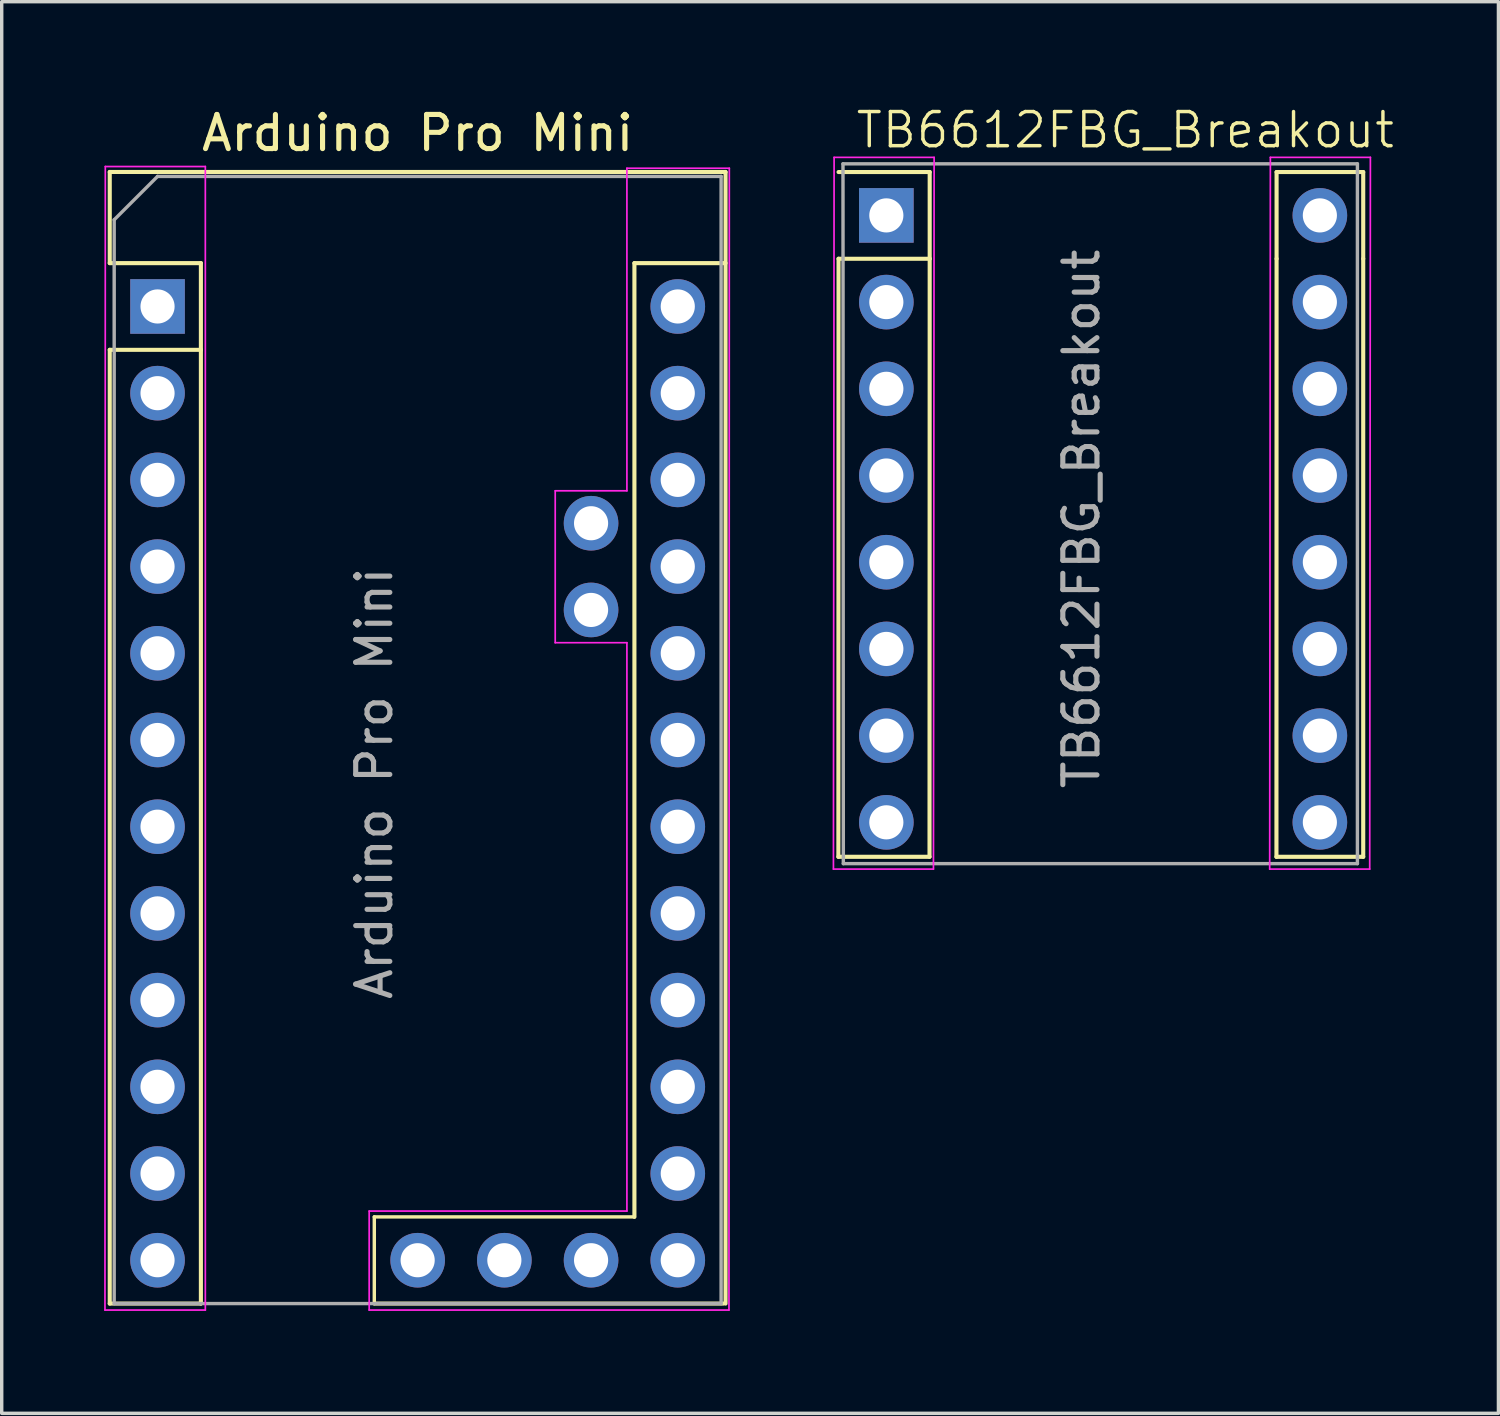
<source format=kicad_pcb>
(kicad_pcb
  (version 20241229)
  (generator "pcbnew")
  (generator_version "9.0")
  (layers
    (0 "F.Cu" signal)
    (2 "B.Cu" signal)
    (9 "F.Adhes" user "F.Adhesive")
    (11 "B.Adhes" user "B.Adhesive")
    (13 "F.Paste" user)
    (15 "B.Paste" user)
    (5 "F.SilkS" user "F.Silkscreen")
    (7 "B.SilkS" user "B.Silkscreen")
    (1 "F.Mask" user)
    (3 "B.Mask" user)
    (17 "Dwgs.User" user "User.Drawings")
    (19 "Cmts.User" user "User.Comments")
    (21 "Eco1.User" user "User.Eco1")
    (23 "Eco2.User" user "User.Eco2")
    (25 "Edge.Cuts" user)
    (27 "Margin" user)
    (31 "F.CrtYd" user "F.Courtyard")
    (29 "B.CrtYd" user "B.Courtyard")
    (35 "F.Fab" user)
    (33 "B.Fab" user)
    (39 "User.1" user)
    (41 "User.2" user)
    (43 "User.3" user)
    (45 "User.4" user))
  (footprint "TB6612FBG_Breakout"
    (layer "F.Cu")
    (at 22.915 3.26)
    (property "Reference" "TB6612FBG_Breakout" (at 7 -2.5 0) (unlocked yes) (layer "F.SilkS") (effects (font (size 1 1) (thickness 0.1))))
    (attr smd)
    (fp_line (start -1.4 1.27) (end -1.405 18.79) (stroke (width 0.12) (type solid)) (layer "F.SilkS"))
    (fp_line (start 1.265 18.79) (end -1.405 18.79) (stroke (width 0.12) (type solid)) (layer "F.SilkS"))
    (fp_line (start 1.27 -1.27) (end -1.4 -1.27) (stroke (width 0.12) (type solid)) (layer "F.SilkS"))
    (fp_line (start 1.27 1.27) (end -1.4 1.27) (stroke (width 0.12) (type solid)) (layer "F.SilkS"))
    (fp_line (start 1.27 1.27) (end 1.265 18.79) (stroke (width 0.12) (type solid)) (layer "F.SilkS"))
    (fp_line (start 1.27 1.27) (end 1.27 -1.27) (stroke (width 0.12) (type solid)) (layer "F.SilkS"))
    (fp_line (start 11.432 -1.27) (end 11.432 1.27) (stroke (width 0.12) (type solid)) (layer "F.SilkS"))
    (fp_line (start 11.432 1.27) (end 11.428 18.79) (stroke (width 0.12) (type solid)) (layer "F.SilkS"))
    (fp_line (start 13.97 -1.27) (end 11.432 -1.27) (stroke (width 0.12) (type solid)) (layer "F.SilkS"))
    (fp_line (start 13.97 1.27) (end 13.97 -1.27) (stroke (width 0.12) (type solid)) (layer "F.SilkS"))
    (fp_line (start 13.97 1.27) (end 13.97 18.79) (stroke (width 0.12) (type solid)) (layer "F.SilkS"))
    (fp_line (start 13.97 18.79) (end 11.428 18.79) (stroke (width 0.12) (type solid)) (layer "F.SilkS"))
    (fp_line (start -1.53 -1.7) (end -1.55 19.15) (stroke (width 0.05) (type solid)) (layer "F.CrtYd"))
    (fp_line (start -1.53 -1.7) (end 1.4 -1.7) (stroke (width 0.05) (type solid)) (layer "F.CrtYd"))
    (fp_line (start 1.38 19.15) (end -1.55 19.15) (stroke (width 0.05) (type solid)) (layer "F.CrtYd"))
    (fp_line (start 1.4 -1.7) (end 1.38 19.15) (stroke (width 0.05) (type solid)) (layer "F.CrtYd"))
    (fp_line (start 11.25 -1.7) (end 11.23 19.15) (stroke (width 0.05) (type solid)) (layer "F.CrtYd"))
    (fp_line (start 11.25 -1.7) (end 14.18 -1.7) (stroke (width 0.05) (type solid)) (layer "F.CrtYd"))
    (fp_line (start 14.16 19.15) (end 11.23 19.15) (stroke (width 0.05) (type solid)) (layer "F.CrtYd"))
    (fp_line (start 14.18 -1.7) (end 14.16 19.15) (stroke (width 0.05) (type solid)) (layer "F.CrtYd"))
    (fp_line (start -1.27 -1.51) (end 13.8 -1.51) (stroke (width 0.1) (type solid)) (layer "F.Fab"))
    (fp_line (start -1.26 18.99) (end -1.27 -1.51) (stroke (width 0.1) (type solid)) (layer "F.Fab"))
    (fp_line (start 13.8 -1.51) (end 13.8 18.99) (stroke (width 0.1) (type solid)) (layer "F.Fab"))
    (fp_line (start 13.8 18.99) (end -1.26 18.99) (stroke (width 0.1) (type solid)) (layer "F.Fab"))
    (fp_text user "${REFERENCE}" (at 5.715 8.89 90) (unlocked yes) (layer "F.Fab") (effects (font (size 1 1) (thickness 0.15))))
    (pad "1" thru_hole rect (at 0 0) (size 1.6 1.6) (drill 1) (layers "*.Cu" "*.Mask"))
    (pad "2" thru_hole oval (at 0 2.54) (size 1.6 1.6) (drill 1) (layers "*.Cu" "*.Mask"))
    (pad "3" thru_hole oval (at 0 5.08) (size 1.6 1.6) (drill 1) (layers "*.Cu" "*.Mask"))
    (pad "4" thru_hole oval (at 0 7.62) (size 1.6 1.6) (drill 1) (layers "*.Cu" "*.Mask"))
    (pad "5" thru_hole oval (at 0 10.16) (size 1.6 1.6) (drill 1) (layers "*.Cu" "*.Mask"))
    (pad "6" thru_hole oval (at 0 12.7) (size 1.6 1.6) (drill 1) (layers "*.Cu" "*.Mask"))
    (pad "7" thru_hole oval (at 0 15.24) (size 1.6 1.6) (drill 1) (layers "*.Cu" "*.Mask"))
    (pad "8" thru_hole oval (at 0 17.78) (size 1.6 1.6) (drill 1) (layers "*.Cu" "*.Mask"))
    (pad "9" thru_hole oval (at 12.7 17.78) (size 1.6 1.6) (drill 1) (layers "*.Cu" "*.Mask"))
    (pad "10" thru_hole oval (at 12.7 15.24) (size 1.6 1.6) (drill 1) (layers "*.Cu" "*.Mask"))
    (pad "11" thru_hole oval (at 12.7 12.7) (size 1.6 1.6) (drill 1) (layers "*.Cu" "*.Mask"))
    (pad "12" thru_hole oval (at 12.7 10.16) (size 1.6 1.6) (drill 1) (layers "*.Cu" "*.Mask"))
    (pad "13" thru_hole oval (at 12.7 7.62) (size 1.6 1.6) (drill 1) (layers "*.Cu" "*.Mask"))
    (pad "14" thru_hole oval (at 12.7 5.08) (size 1.6 1.6) (drill 1) (layers "*.Cu" "*.Mask"))
    (pad "15" thru_hole oval (at 12.7 2.54) (size 1.6 1.6) (drill 1) (layers "*.Cu" "*.Mask"))
    (pad "16" thru_hole oval (at 12.7 0) (size 1.6 1.6) (drill 1) (layers "*.Cu" "*.Mask")))
  (footprint "Arduino Pro Mini"
    (layer "F.Cu")
    (at 1.565 5.928)
    (property "Reference" "Arduino Pro Mini" (at 7.62 -5.08 0) (layer "F.SilkS") (effects (font (size 1 1) (thickness 0.15))))
    (attr through_hole)
    (fp_line (start -1.4 -3.94) (end -1.4 -1.27) (stroke (width 0.12) (type solid)) (layer "F.SilkS"))
    (fp_line (start -1.4 1.27) (end -1.4 29.21) (stroke (width 0.12) (type solid)) (layer "F.SilkS"))
    (fp_line (start 1.27 -1.27) (end -1.4 -1.27) (stroke (width 0.12) (type solid)) (layer "F.SilkS"))
    (fp_line (start 1.27 1.27) (end -1.4 1.27) (stroke (width 0.12) (type solid)) (layer "F.SilkS"))
    (fp_line (start 1.27 1.27) (end 1.27 -1.27) (stroke (width 0.12) (type solid)) (layer "F.SilkS"))
    (fp_line (start 1.27 1.27) (end 1.27 29.21) (stroke (width 0.12) (type solid)) (layer "F.SilkS"))
    (fp_line (start 1.27 29.21) (end -1.4 29.21) (stroke (width 0.12) (type solid)) (layer "F.SilkS"))
    (fp_line (start 6.35 26.67) (end 6.35 29.21) (stroke (width 0.1) (type default)) (layer "F.SilkS"))
    (fp_line (start 6.35 29.21) (end 16.575 29.21) (stroke (width 0.12) (type solid)) (layer "F.SilkS"))
    (fp_line (start 13.97 -1.27) (end 13.97 26.67) (stroke (width 0.12) (type solid)) (layer "F.SilkS"))
    (fp_line (start 13.97 -1.27) (end 16.64 -1.27) (stroke (width 0.12) (type solid)) (layer "F.SilkS"))
    (fp_line (start 13.97 26.67) (end 6.35 26.67) (stroke (width 0.1) (type default)) (layer "F.SilkS"))
    (fp_line (start 16.64 -3.94) (end -1.4 -3.94) (stroke (width 0.12) (type solid)) (layer "F.SilkS"))
    (fp_line (start 16.64 29.21) (end 16.64 -3.94) (stroke (width 0.12) (type solid)) (layer "F.SilkS"))
    (fp_line (start -1.54 29.4) (end 1.4 29.4) (stroke (width 0.05) (type default)) (layer "F.CrtYd"))
    (fp_line (start -1.53 -4.1) (end -1.54 29.4) (stroke (width 0.05) (type solid)) (layer "F.CrtYd"))
    (fp_line (start 1.4 -4.1) (end -1.53 -4.1) (stroke (width 0.05) (type default)) (layer "F.CrtYd"))
    (fp_line (start 1.4 29.4) (end 1.4 -4.1) (stroke (width 0.05) (type default)) (layer "F.CrtYd"))
    (fp_line (start 6.2 26.5) (end 6.2 29.4) (stroke (width 0.05) (type default)) (layer "F.CrtYd"))
    (fp_line (start 6.2 29.4) (end 16.74 29.4) (stroke (width 0.05) (type default)) (layer "F.CrtYd"))
    (fp_line (start 11.65 5.4) (end 11.65 9.85) (stroke (width 0.05) (type default)) (layer "F.CrtYd"))
    (fp_line (start 11.65 9.85) (end 13.75 9.85) (stroke (width 0.05) (type default)) (layer "F.CrtYd"))
    (fp_line (start 13.75 -4.05) (end 13.75 5.4) (stroke (width 0.05) (type default)) (layer "F.CrtYd"))
    (fp_line (start 13.75 5.4) (end 11.65 5.4) (stroke (width 0.05) (type default)) (layer "F.CrtYd"))
    (fp_line (start 13.75 9.85) (end 13.75 26.5) (stroke (width 0.05) (type default)) (layer "F.CrtYd"))
    (fp_line (start 13.75 26.5) (end 6.2 26.5) (stroke (width 0.05) (type default)) (layer "F.CrtYd"))
    (fp_line (start 16.74 29.4) (end 16.75 -4.05) (stroke (width 0.05) (type solid)) (layer "F.CrtYd"))
    (fp_line (start 16.75 -4.05) (end 13.75 -4.05) (stroke (width 0.05) (type default)) (layer "F.CrtYd"))
    (fp_line (start -1.27 -2.54) (end 0 -3.81) (stroke (width 0.1) (type solid)) (layer "F.Fab"))
    (fp_line (start -1.27 29.21) (end -1.27 -2.54) (stroke (width 0.1) (type solid)) (layer "F.Fab"))
    (fp_line (start 0 -3.81) (end 16.51 -3.81) (stroke (width 0.1) (type solid)) (layer "F.Fab"))
    (fp_line (start 16.51 -3.81) (end 16.51 29.21) (stroke (width 0.1) (type solid)) (layer "F.Fab"))
    (fp_line (start 16.51 29.21) (end -1.27 29.21) (stroke (width 0.1) (type solid)) (layer "F.Fab"))
    (fp_text user "${REFERENCE}" (at 6.35 13.97 90) (layer "F.Fab") (effects (font (size 1 1) (thickness 0.15))))
    (pad "1" thru_hole rect (at 0 0) (size 1.6 1.6) (drill 1) (layers "*.Cu" "*.Mask"))
    (pad "2" thru_hole oval (at 0 2.54) (size 1.6 1.6) (drill 1) (layers "*.Cu" "*.Mask"))
    (pad "3" thru_hole oval (at 0 5.08) (size 1.6 1.6) (drill 1) (layers "*.Cu" "*.Mask"))
    (pad "4" thru_hole oval (at 0 7.62) (size 1.6 1.6) (drill 1) (layers "*.Cu" "*.Mask"))
    (pad "5" thru_hole oval (at 0 10.16) (size 1.6 1.6) (drill 1) (layers "*.Cu" "*.Mask"))
    (pad "6" thru_hole oval (at 0 12.7) (size 1.6 1.6) (drill 1) (layers "*.Cu" "*.Mask"))
    (pad "7" thru_hole oval (at 0 15.24) (size 1.6 1.6) (drill 1) (layers "*.Cu" "*.Mask"))
    (pad "8" thru_hole oval (at 0 17.78) (size 1.6 1.6) (drill 1) (layers "*.Cu" "*.Mask"))
    (pad "9" thru_hole oval (at 0 20.32) (size 1.6 1.6) (drill 1) (layers "*.Cu" "*.Mask"))
    (pad "10" thru_hole oval (at 0 22.86) (size 1.6 1.6) (drill 1) (layers "*.Cu" "*.Mask"))
    (pad "11" thru_hole oval (at 0 25.4) (size 1.6 1.6) (drill 1) (layers "*.Cu" "*.Mask"))
    (pad "12" thru_hole oval (at 0 27.94) (size 1.6 1.6) (drill 1) (layers "*.Cu" "*.Mask"))
    (pad "13" thru_hole oval (at 7.62 27.94) (size 1.6 1.6) (drill 1) (layers "*.Cu" "*.Mask"))
    (pad "14" thru_hole oval (at 10.16 27.94) (size 1.6 1.6) (drill 1) (layers "*.Cu" "*.Mask"))
    (pad "15" thru_hole oval (at 12.7 27.94) (size 1.6 1.6) (drill 1) (layers "*.Cu" "*.Mask"))
    (pad "16" thru_hole oval (at 15.24 27.94) (size 1.6 1.6) (drill 1) (layers "*.Cu" "*.Mask"))
    (pad "17" thru_hole oval (at 15.24 25.4) (size 1.6 1.6) (drill 1) (layers "*.Cu" "*.Mask"))
    (pad "18" thru_hole oval (at 15.24 22.86) (size 1.6 1.6) (drill 1) (layers "*.Cu" "*.Mask"))
    (pad "19" thru_hole oval (at 15.24 20.32) (size 1.6 1.6) (drill 1) (layers "*.Cu" "*.Mask"))
    (pad "20" thru_hole oval (at 15.24 17.78) (size 1.6 1.6) (drill 1) (layers "*.Cu" "*.Mask"))
    (pad "21" thru_hole oval (at 15.24 15.24) (size 1.6 1.6) (drill 1) (layers "*.Cu" "*.Mask"))
    (pad "22" thru_hole oval (at 15.24 12.7) (size 1.6 1.6) (drill 1) (layers "*.Cu" "*.Mask"))
    (pad "23" thru_hole oval (at 15.24 10.16) (size 1.6 1.6) (drill 1) (layers "*.Cu" "*.Mask"))
    (pad "24" thru_hole oval (at 12.7 8.89) (size 1.6 1.6) (drill 1) (layers "*.Cu" "*.Mask"))
    (pad "25" thru_hole oval (at 12.7 6.35) (size 1.6 1.6) (drill 1) (layers "*.Cu" "*.Mask"))
    (pad "26" thru_hole oval (at 15.24 7.62) (size 1.6 1.6) (drill 1) (layers "*.Cu" "*.Mask"))
    (pad "27" thru_hole oval (at 15.24 5.08) (size 1.6 1.6) (drill 1) (layers "*.Cu" "*.Mask"))
    (pad "28" thru_hole oval (at 15.24 2.54) (size 1.6 1.6) (drill 1) (layers "*.Cu" "*.Mask"))
    (pad "29" thru_hole oval (at 15.24 0) (size 1.6 1.6) (drill 1) (layers "*.Cu" "*.Mask")))
  (gr_rect
    (start -3 -3)
    (end 40.846 38.353)
    (stroke (width 0.1) (type default))
    (fill no)
    (layer "Edge.Cuts")))
</source>
